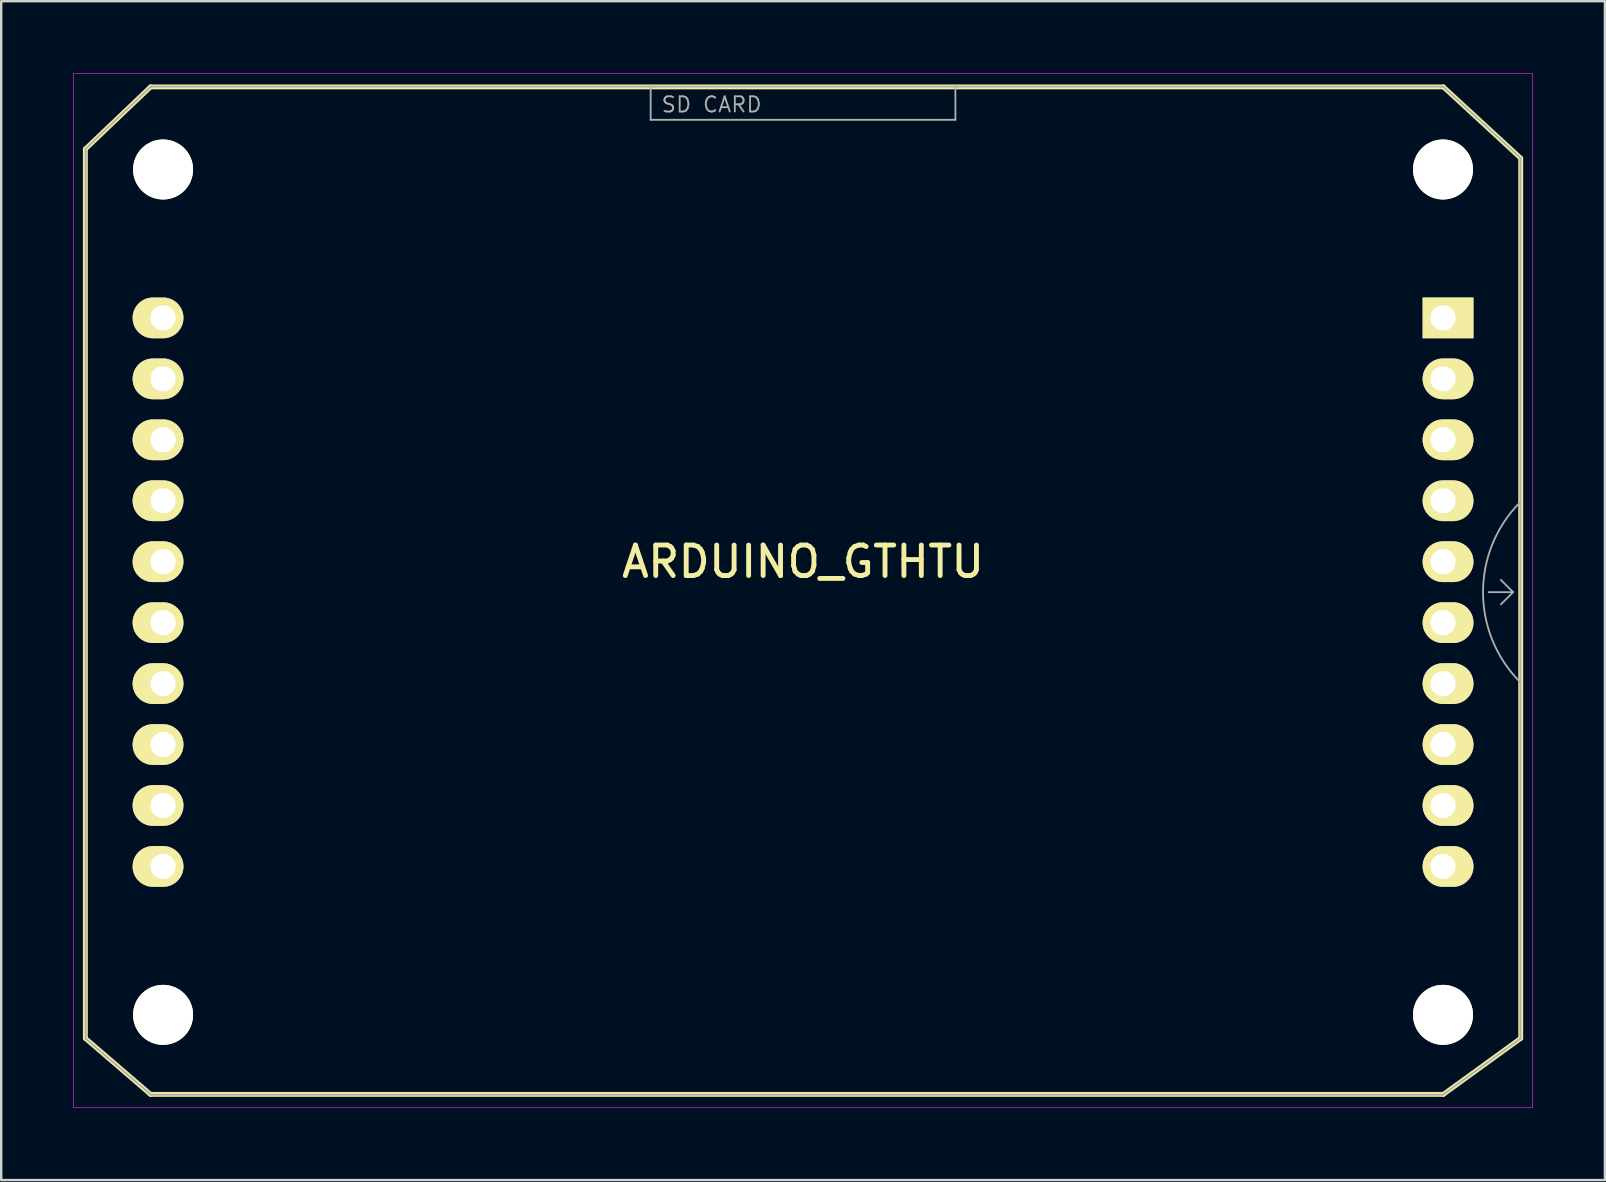
<source format=kicad_pcb>
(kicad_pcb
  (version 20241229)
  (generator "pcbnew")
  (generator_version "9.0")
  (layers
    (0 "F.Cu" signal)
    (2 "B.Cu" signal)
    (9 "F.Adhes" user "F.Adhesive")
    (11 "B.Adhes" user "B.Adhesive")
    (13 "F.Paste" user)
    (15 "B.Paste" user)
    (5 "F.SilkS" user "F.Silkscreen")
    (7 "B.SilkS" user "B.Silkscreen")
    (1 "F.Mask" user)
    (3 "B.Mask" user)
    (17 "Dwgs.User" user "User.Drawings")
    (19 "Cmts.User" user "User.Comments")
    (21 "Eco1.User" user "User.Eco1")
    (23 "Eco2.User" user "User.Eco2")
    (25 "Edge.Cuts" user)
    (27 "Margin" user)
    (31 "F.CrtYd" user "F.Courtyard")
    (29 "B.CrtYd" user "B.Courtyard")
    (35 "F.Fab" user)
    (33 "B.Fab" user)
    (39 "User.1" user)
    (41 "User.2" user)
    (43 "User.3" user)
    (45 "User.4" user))
  (footprint "ARDUINO_GTHTU"
    (layer "F.Cu")
    (at 30.416 21.628)
    (property "Reference" "ARDUINO_GTHTU" (at 0 -1.27 0) (layer "F.SilkS") (effects (font (size 1.27 1.27) (thickness 0.203))))
    (attr through_hole)
    (fp_line (start -29.909 -18.466) (end -27.191 -21.057) (stroke (width 0.203) (type solid)) (layer "F.SilkS"))
    (fp_line (start -29.909 18.593) (end -29.909 -18.466) (stroke (width 0.203) (type solid)) (layer "F.SilkS"))
    (fp_line (start -27.191 -21.057) (end 26.683 -21.057) (stroke (width 0.203) (type solid)) (layer "F.SilkS"))
    (fp_line (start -27.191 20.93) (end -29.909 18.593) (stroke (width 0.203) (type solid)) (layer "F.SilkS"))
    (fp_line (start 26.683 -21.057) (end 29.909 -18.085) (stroke (width 0.203) (type solid)) (layer "F.SilkS"))
    (fp_line (start 26.683 20.93) (end -27.191 20.93) (stroke (width 0.203) (type solid)) (layer "F.SilkS"))
    (fp_line (start 29.909 -18.085) (end 29.909 18.593) (stroke (width 0.203) (type solid)) (layer "F.SilkS"))
    (fp_line (start 29.909 18.593) (end 26.683 20.93) (stroke (width 0.203) (type solid)) (layer "F.SilkS"))
    (fp_line (start -30.404 -21.615) (end 30.404 -21.615) (stroke (width 0.025) (type solid)) (layer "F.CrtYd"))
    (fp_line (start -30.404 21.488) (end -30.404 -21.615) (stroke (width 0.025) (type solid)) (layer "F.CrtYd"))
    (fp_line (start 30.404 -21.615) (end 30.404 21.488) (stroke (width 0.025) (type solid)) (layer "F.CrtYd"))
    (fp_line (start 30.404 21.488) (end -30.404 21.488) (stroke (width 0.025) (type solid)) (layer "F.CrtYd"))
    (fp_line (start -29.896 -18.479) (end -27.178 -21.069) (stroke (width 0.076) (type solid)) (layer "F.Fab"))
    (fp_line (start -29.896 18.605) (end -29.896 -18.479) (stroke (width 0.076) (type solid)) (layer "F.Fab"))
    (fp_line (start -27.178 -21.069) (end 26.67 -21.069) (stroke (width 0.076) (type solid)) (layer "F.Fab"))
    (fp_line (start -27.178 20.942) (end -29.896 18.605) (stroke (width 0.076) (type solid)) (layer "F.Fab"))
    (fp_line (start -6.35 -21.069) (end -6.35 -19.685) (stroke (width 0.076) (type solid)) (layer "F.Fab"))
    (fp_line (start -6.35 -19.685) (end 6.35 -19.685) (stroke (width 0.076) (type solid)) (layer "F.Fab"))
    (fp_line (start 6.35 -19.685) (end 6.35 -21.069) (stroke (width 0.076) (type solid)) (layer "F.Fab"))
    (fp_line (start 26.67 -21.069) (end 29.896 -18.098) (stroke (width 0.076) (type solid)) (layer "F.Fab"))
    (fp_line (start 26.67 20.942) (end -27.178 20.942) (stroke (width 0.076) (type solid)) (layer "F.Fab"))
    (fp_line (start 29.591 0) (end 28.575 0) (stroke (width 0.076) (type solid)) (layer "F.Fab"))
    (fp_line (start 29.591 0) (end 29.083 -0.508) (stroke (width 0.076) (type solid)) (layer "F.Fab"))
    (fp_line (start 29.591 0) (end 29.083 0.508) (stroke (width 0.076) (type solid)) (layer "F.Fab"))
    (fp_line (start 29.896 -18.098) (end 29.896 18.605) (stroke (width 0.076) (type solid)) (layer "F.Fab"))
    (fp_line (start 29.896 18.605) (end 26.67 20.942) (stroke (width 0.076) (type solid)) (layer "F.Fab"))
    (fp_arc (start 29.8958 3.7592) (mid 28.338688 0) (end 29.8958 -3.7592) (stroke (width 0.0762) (type solid)) (layer "F.Fab"))
    (fp_text user "SD CARD" (at -3.81 -20.32 0) (layer "F.Fab") (effects (font (size 0.635 0.635) (thickness 0.076))))
    (pad "" np_thru_hole circle (at -26.67 -17.615 0.1) (size 2.5 2.5) (drill 2.5) (layers "*.Cu" "*.Mask" "F.SilkS"))
    (pad "" np_thru_hole circle (at -26.67 17.615 0.1) (size 2.5 2.5) (drill 2.5) (layers "*.Cu" "*.Mask" "F.SilkS"))
    (pad "" np_thru_hole circle (at 26.67 -17.615 0.1) (size 2.5 2.5) (drill 2.5) (layers "*.Cu" "*.Mask" "F.SilkS"))
    (pad "" np_thru_hole circle (at 26.67 17.615 0.1) (size 2.5 2.5) (drill 2.5) (layers "*.Cu" "*.Mask" "F.SilkS"))
    (pad "0" thru_hole oval (at -26.67 -11.43 180) (size 2.12 1.7) (drill 1.05 (offset 0.21 0)) (layers "*.Cu" "*.Mask" "F.SilkS"))
    (pad "0" thru_hole oval (at -26.67 -8.89 180) (size 2.12 1.7) (drill 1.05 (offset 0.21 0)) (layers "*.Cu" "*.Mask" "F.SilkS"))
    (pad "0" thru_hole oval (at -26.67 -6.35 180) (size 2.12 1.7) (drill 1.05 (offset 0.21 0)) (layers "*.Cu" "*.Mask" "F.SilkS"))
    (pad "0" thru_hole oval (at -26.67 -3.81 180) (size 2.12 1.7) (drill 1.05 (offset 0.21 0)) (layers "*.Cu" "*.Mask" "F.SilkS"))
    (pad "0" thru_hole oval (at -26.67 -1.27 180) (size 2.12 1.7) (drill 1.05 (offset 0.21 0)) (layers "*.Cu" "*.Mask" "F.SilkS"))
    (pad "0" thru_hole oval (at -26.67 1.27 180) (size 2.12 1.7) (drill 1.05 (offset 0.21 0)) (layers "*.Cu" "*.Mask" "F.SilkS"))
    (pad "0" thru_hole oval (at -26.67 3.81 180) (size 2.12 1.7) (drill 1.05 (offset 0.21 0)) (layers "*.Cu" "*.Mask" "F.SilkS"))
    (pad "0" thru_hole oval (at -26.67 6.35 180) (size 2.12 1.7) (drill 1.05 (offset 0.21 0)) (layers "*.Cu" "*.Mask" "F.SilkS"))
    (pad "0" thru_hole oval (at -26.67 8.89 180) (size 2.12 1.7) (drill 1.05 (offset 0.21 0)) (layers "*.Cu" "*.Mask" "F.SilkS"))
    (pad "0" thru_hole oval (at -26.67 11.43 180) (size 2.12 1.7) (drill 1.05 (offset 0.21 0)) (layers "*.Cu" "*.Mask" "F.SilkS"))
    (pad "1" thru_hole rect (at 26.67 -11.43) (size 2.12 1.7) (drill 1.05 (offset 0.21 0)) (layers "*.Cu" "*.Mask" "F.SilkS"))
    (pad "2" thru_hole oval (at 26.67 -8.89) (size 2.12 1.7) (drill 1.05 (offset 0.21 0)) (layers "*.Cu" "*.Mask" "F.SilkS"))
    (pad "3" thru_hole oval (at 26.67 -6.35) (size 2.12 1.7) (drill 1.05 (offset 0.21 0)) (layers "*.Cu" "*.Mask" "F.SilkS"))
    (pad "4" thru_hole oval (at 26.67 -3.81) (size 2.12 1.7) (drill 1.05 (offset 0.21 0)) (layers "*.Cu" "*.Mask" "F.SilkS"))
    (pad "5" thru_hole oval (at 26.67 -1.27) (size 2.12 1.7) (drill 1.05 (offset 0.21 0)) (layers "*.Cu" "*.Mask" "F.SilkS"))
    (pad "6" thru_hole oval (at 26.67 1.27) (size 2.12 1.7) (drill 1.05 (offset 0.21 0)) (layers "*.Cu" "*.Mask" "F.SilkS"))
    (pad "7" thru_hole oval (at 26.67 3.81) (size 2.12 1.7) (drill 1.05 (offset 0.21 0)) (layers "*.Cu" "*.Mask" "F.SilkS"))
    (pad "8" thru_hole oval (at 26.67 6.35) (size 2.12 1.7) (drill 1.05 (offset 0.21 0)) (layers "*.Cu" "*.Mask" "F.SilkS"))
    (pad "9" thru_hole oval (at 26.67 8.89) (size 2.12 1.7) (drill 1.05 (offset 0.21 0)) (layers "*.Cu" "*.Mask" "F.SilkS"))
    (pad "10" thru_hole oval (at 26.67 11.43) (size 2.12 1.7) (drill 1.05 (offset 0.21 0)) (layers "*.Cu" "*.Mask" "F.SilkS")))
  (gr_rect
    (start -3 -3)
    (end 63.833 46.129)
    (stroke (width 0.1) (type default))
    (fill no)
    (layer "Edge.Cuts")))
</source>
